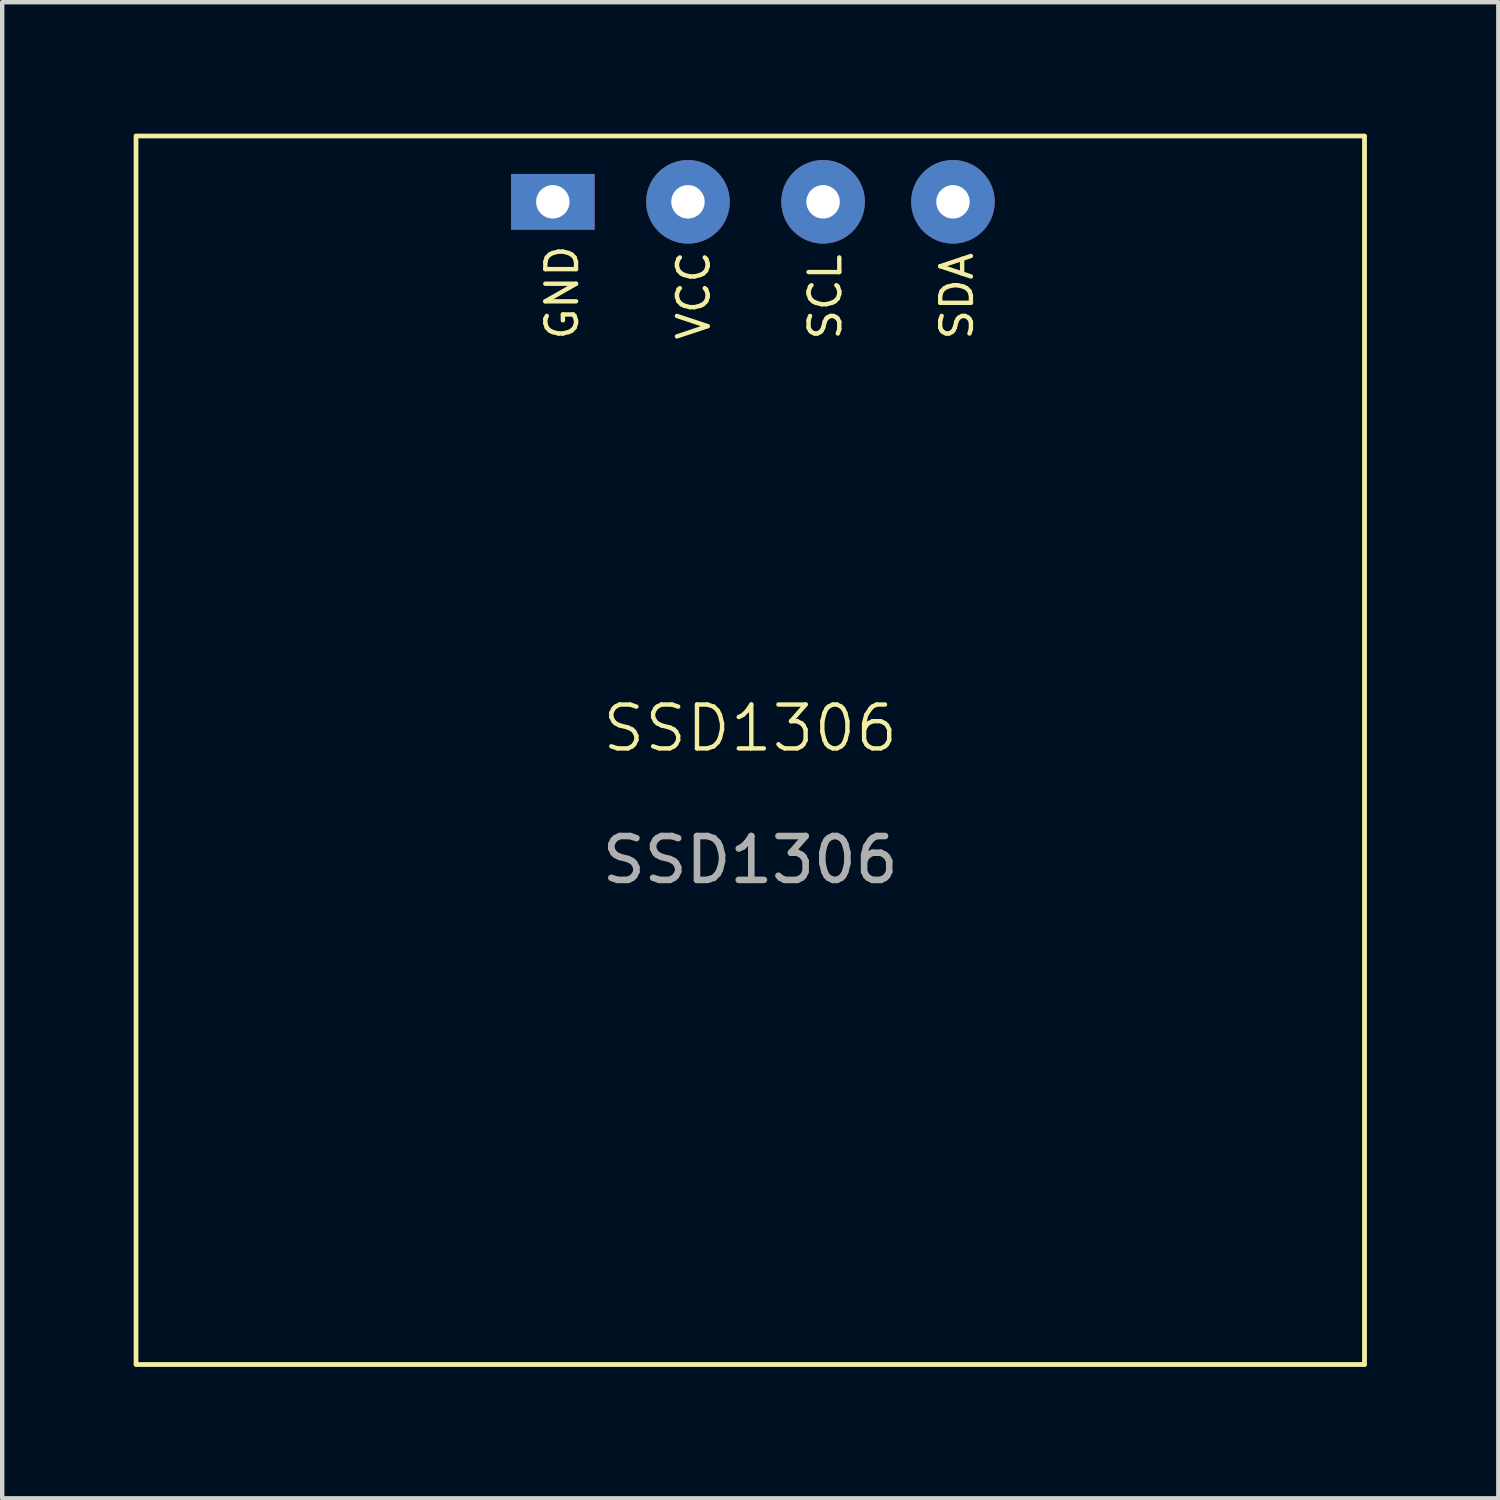
<source format=kicad_pcb>
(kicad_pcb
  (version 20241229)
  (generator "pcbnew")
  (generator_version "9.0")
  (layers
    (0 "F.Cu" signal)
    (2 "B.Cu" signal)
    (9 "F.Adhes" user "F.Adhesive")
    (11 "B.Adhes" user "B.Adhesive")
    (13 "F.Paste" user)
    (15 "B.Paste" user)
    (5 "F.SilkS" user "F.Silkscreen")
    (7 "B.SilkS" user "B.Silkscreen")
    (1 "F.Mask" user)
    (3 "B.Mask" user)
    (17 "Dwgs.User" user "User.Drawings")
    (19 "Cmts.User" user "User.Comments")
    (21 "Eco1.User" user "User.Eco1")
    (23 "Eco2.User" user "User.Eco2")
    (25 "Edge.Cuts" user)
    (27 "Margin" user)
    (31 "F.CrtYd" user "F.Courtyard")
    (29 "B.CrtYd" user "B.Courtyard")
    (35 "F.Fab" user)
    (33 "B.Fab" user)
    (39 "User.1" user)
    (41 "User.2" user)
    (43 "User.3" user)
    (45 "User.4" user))
  (footprint "SSD1306"
    (layer "F.Cu")
    (at 14.05 14.05)
    (property "Reference" "SSD1306" (at 0 -0.5 0) (unlocked yes) (layer "F.SilkS") (effects (font (size 1 1) (thickness 0.1))))
    (attr through_hole)
    (fp_line (start -14 -14) (end 14 -14) (stroke (width 0.1) (type default)) (layer "F.SilkS"))
    (fp_line (start -14 14) (end -14 -14) (stroke (width 0.1) (type default)) (layer "F.SilkS"))
    (fp_line (start 14 -14) (end 14 14) (stroke (width 0.1) (type default)) (layer "F.SilkS"))
    (fp_line (start 14 14) (end -14 14) (stroke (width 0.1) (type default)) (layer "F.SilkS"))
    (fp_rect (start -14 -14) (end 14 14) (stroke (width 0.1) (type solid)) (fill no) (layer "F.SilkS"))
    (fp_text user "VCC" (at -0.88 -9.3 90) (unlocked yes) (layer "F.SilkS") (effects (font (size 0.7 0.7) (thickness 0.1)) (justify left bottom)))
    (fp_text user "SCL" (at 2.12 -9.3 90) (unlocked yes) (layer "F.SilkS") (effects (font (size 0.7 0.7) (thickness 0.1)) (justify left bottom)))
    (fp_text user "SDA" (at 5.12 -9.3 90) (unlocked yes) (layer "F.SilkS") (effects (font (size 0.7 0.7) (thickness 0.1)) (justify left bottom)))
    (fp_text user "GND" (at -3.88 -9.3 90) (unlocked yes) (layer "F.SilkS") (effects (font (size 0.7 0.7) (thickness 0.1)) (justify left bottom)))
    (fp_text user "${REFERENCE}" (at 0 2.5 0) (unlocked yes) (layer "F.Fab") (effects (font (size 1 1) (thickness 0.15))))
    (pad "1" thru_hole rect (at -4.5 -12.5) (size 1.905 1.27) (drill 0.762) (layers "*.Cu" "*.Mask"))
    (pad "2" thru_hole circle (at -1.42 -12.5) (size 1.905 1.905) (drill 0.762) (layers "*.Cu" "*.Mask"))
    (pad "3" thru_hole circle (at 1.66 -12.5) (size 1.905 1.905) (drill 0.762) (layers "*.Cu" "*.Mask"))
    (pad "4" thru_hole circle (at 4.62 -12.5) (size 1.905 1.905) (drill 0.762) (layers "*.Cu" "*.Mask"))
    (zone (net_name "") (layer "F.SilkS") (hatch edge 0.5) (connect_pads) (min_thickness 0.25) (filled_areas_thickness no) (keepout (tracks allowed) (vias allowed) (pads not_allowed) (copperpour allowed) (footprints not_allowed)) (placement (enabled no)) (fill) (polygon (pts (xy 0.05 0.05) (xy 28.05 0.05) (xy 28.05 28.05) (xy 0.05 28.05)))))
  (gr_rect
    (start -3 -3)
    (end 31.1 31.1)
    (stroke (width 0.1) (type default))
    (fill no)
    (layer "Edge.Cuts")))
</source>
